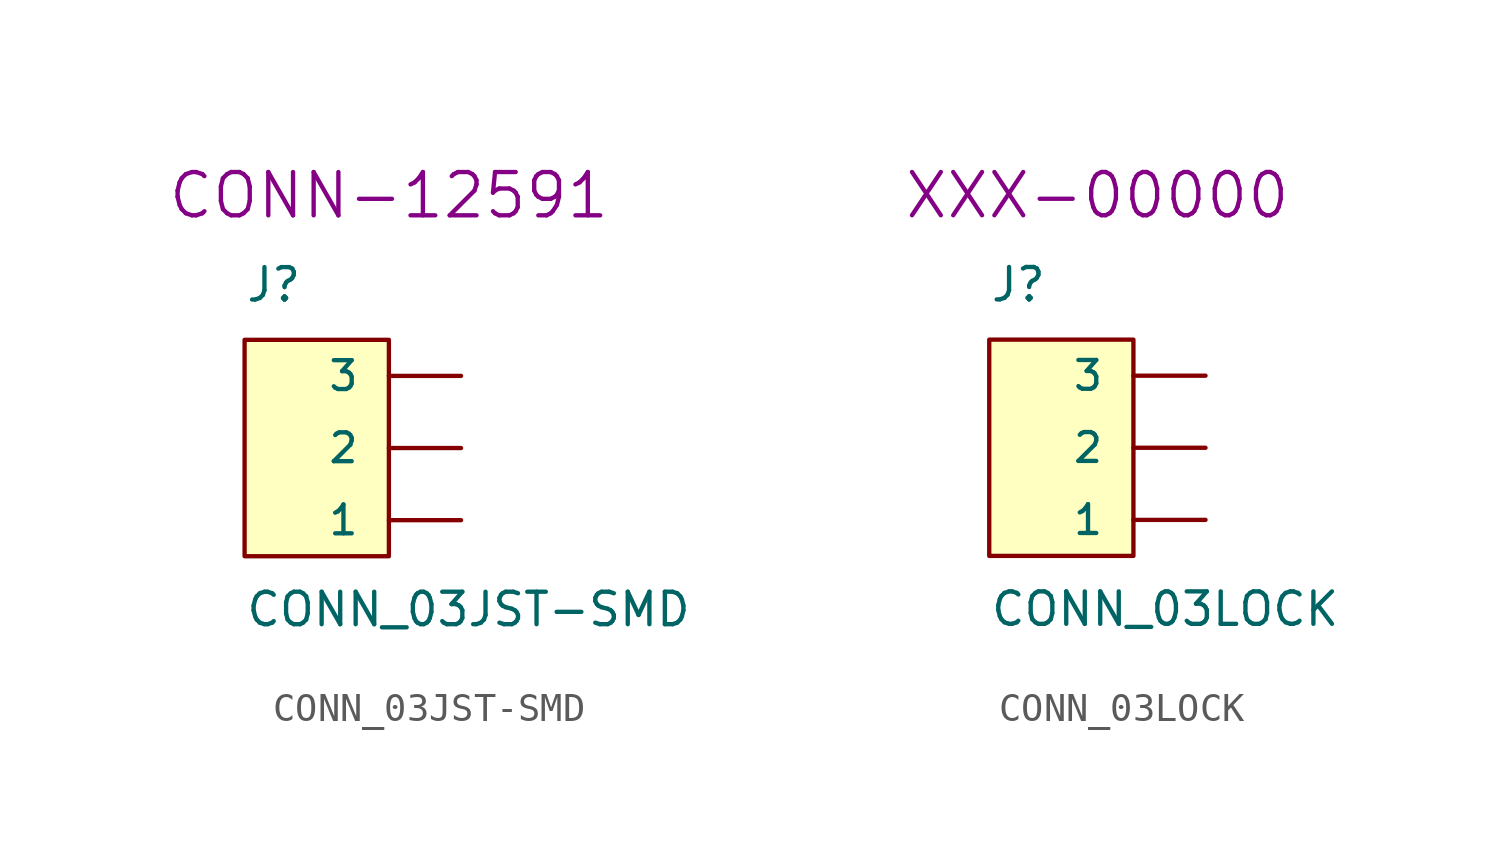
<source format=kicad_sym>
(kicad_symbol_lib
  (version 20220914)
  (generator kicad_symbol_editor)
  (symbol "CONN_03JST-SMD"
    (pin_numbers hide)
    (pin_names
      (offset 1.016))
    (property "Reference" "J"
      (at -5.08 7.62 0)
      (effects (font (size 1.143 1.143)) (justify left bottom)))
    (property "Value" "CONN_03JST-SMD"
      (at -5.08 -3.81 0)
      (effects (font (size 1.143 1.143)) (justify left bottom)))
    (property "Field4" "CONN-12591"
      (at 0 11.43 0)
      (effects (font (size 1.524 1.524))))
    (property "ki_locked" ""
      (at 0 0 0)
      (effects (font (size 1.27 1.27))))
    (symbol "CONN_03JST-SMD_0_1"
      (rectangle (start 0 -1.27) (end -5.08 6.35) (stroke (width 0) (type solid)) (fill (type background))))
    (symbol "CONN_03JST-SMD_1_1"
      (pin passive line (at 2.54 0 180) (length 2.54) (name "1" (effects (font (size 1.016 1.016)))) (number "1" (effects (font (size 1.016 1.016)))))
      (pin passive line (at 2.54 2.54 180) (length 2.54) (name "2" (effects (font (size 1.016 1.016)))) (number "2" (effects (font (size 1.016 1.016)))))
      (pin passive line (at 2.54 5.08 180) (length 2.54) (name "3" (effects (font (size 1.016 1.016)))) (number "3" (effects (font (size 1.016 1.016)))))))
  (symbol "CONN_03LOCK"
    (pin_numbers hide)
    (pin_names
      (offset 1.016))
    (property "Reference" "J"
      (at -3.81 7.62 0)
      (effects (font (size 1.143 1.143)) (justify left bottom)))
    (property "Value" "CONN_03LOCK"
      (at -3.81 -3.81 0)
      (effects (font (size 1.143 1.143)) (justify left bottom)))
    (property "Field4" "XXX-00000"
      (at 0 11.43 0)
      (effects (font (size 1.524 1.524))))
    (property "ki_locked" ""
      (at 0 0 0)
      (effects (font (size 1.27 1.27))))
    (symbol "CONN_03LOCK_0_1"
      (rectangle (start 1.27 -1.27) (end -3.81 6.35) (stroke (width 0) (type solid)) (fill (type background))))
    (symbol "CONN_03LOCK_1_1"
      (pin passive line (at 3.81 0 180) (length 2.54) (name "1" (effects (font (size 1.016 1.016)))) (number "1" (effects (font (size 1.016 1.016)))))
      (pin passive line (at 3.81 2.54 180) (length 2.54) (name "2" (effects (font (size 1.016 1.016)))) (number "2" (effects (font (size 1.016 1.016)))))
      (pin passive line (at 3.81 5.08 180) (length 2.54) (name "3" (effects (font (size 1.016 1.016)))) (number "3" (effects (font (size 1.016 1.016))))))))
</source>
